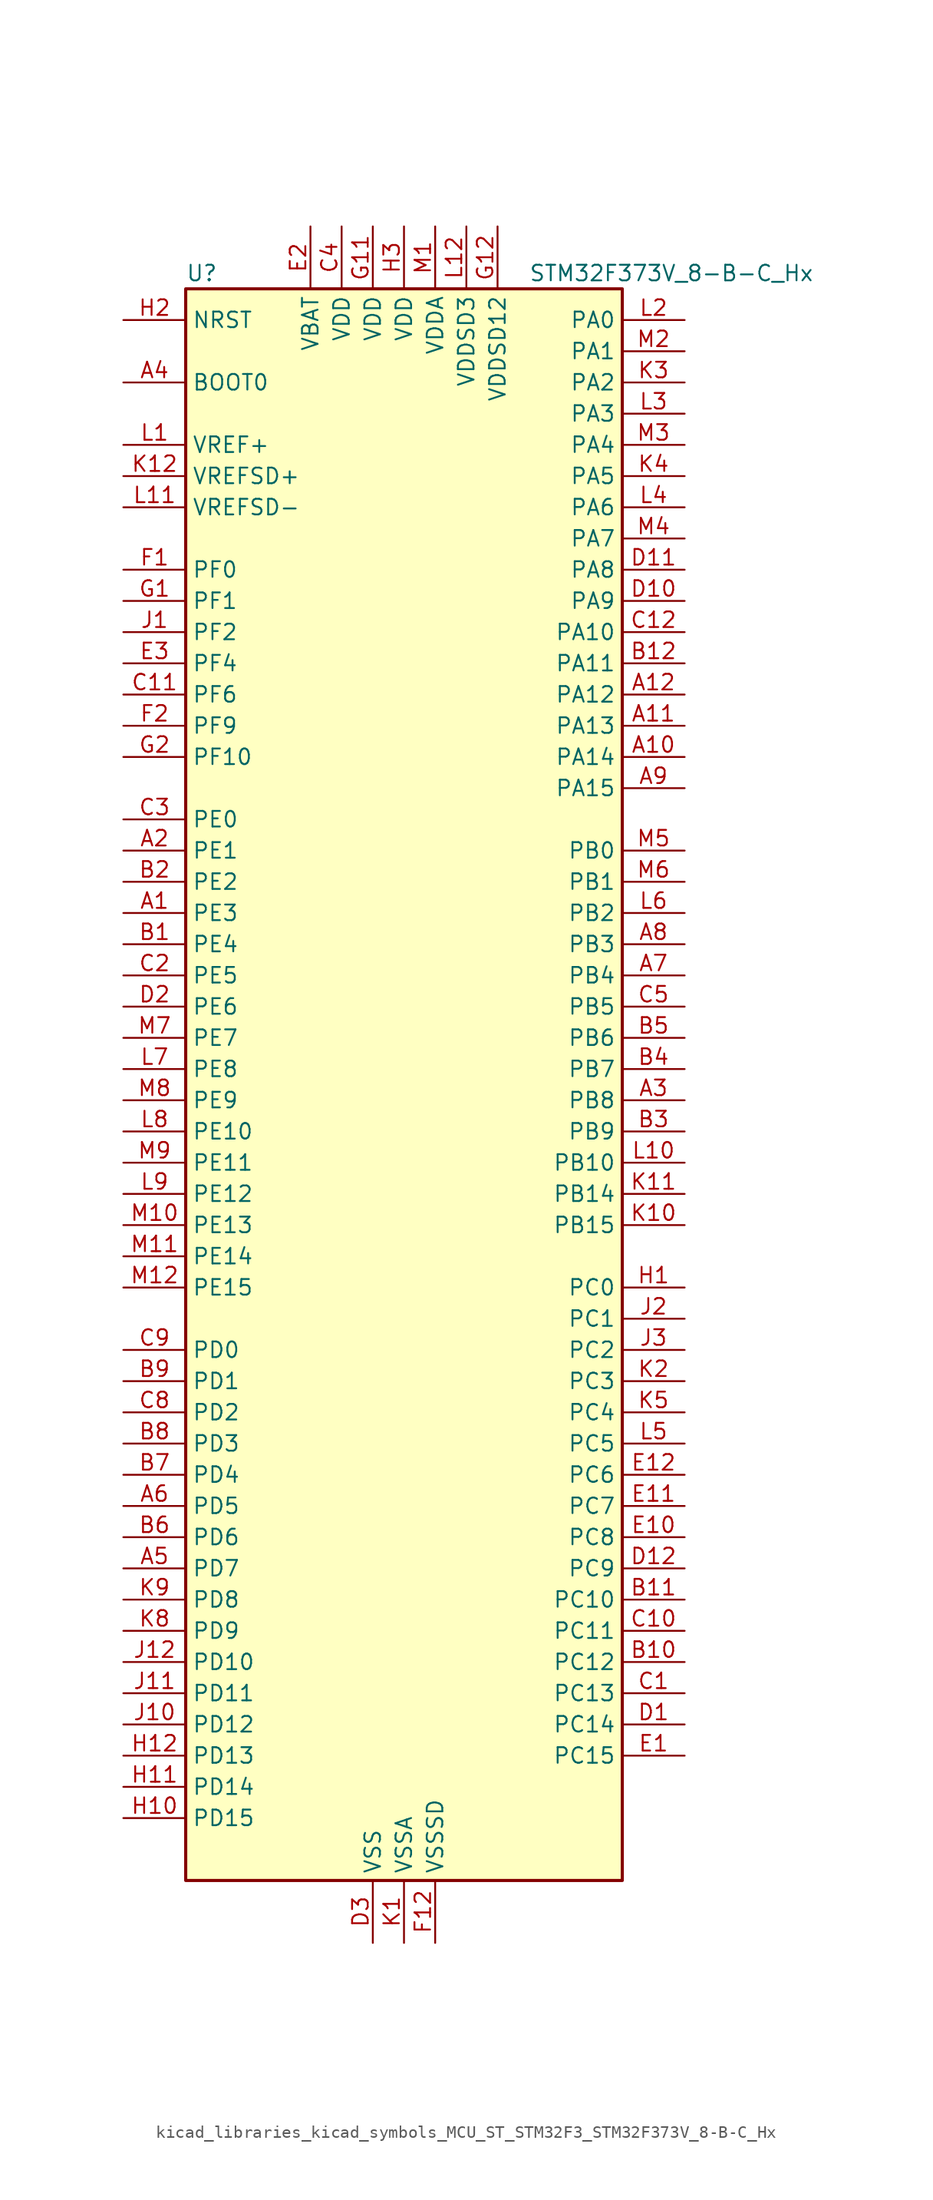
<source format=kicad_sym>
(kicad_symbol_lib
  (version 20220914)
  (generator kicad_symbol_editor)
  (symbol "kicad_libraries_kicad_symbols_MCU_ST_STM32F3_STM32F373V_8-B-C_Hx"
    (property "Reference" "U"
      (at -17.78 67.31 0)
      (effects (font (size 1.27 1.27)) (justify left)))
    (property "Value" "STM32F373V_8-B-C_Hx"
      (at 10.16 67.31 0)
      (effects (font (size 1.27 1.27)) (justify left)))
    (property "ki_locked" ""
      (at 0 0 0)
      (effects (font (size 1.27 1.27))))
    (symbol "kicad_libraries_kicad_symbols_MCU_ST_STM32F3_STM32F373V_8-B-C_Hx_0_1"
      (rectangle (start -17.78 -63.5) (end 17.78 66.04) (stroke (width 0.254) (type default)) (fill (type background))))
    (symbol "kicad_libraries_kicad_symbols_MCU_ST_STM32F3_STM32F373V_8-B-C_Hx_1_1"
      (pin bidirectional line (at -22.86 15.24 0) (length 5.08) (name "PE3" (effects (font (size 1.27 1.27)))) (number "A1" (effects (font (size 1.27 1.27)))) (alternate "SYS_TRACED0" bidirectional line) (alternate "TSC_G7_IO2" bidirectional line))
      (pin bidirectional line (at 22.86 27.94 180) (length 5.08) (name "PA14" (effects (font (size 1.27 1.27)))) (number "A10" (effects (font (size 1.27 1.27)))) (alternate "I2C1_SDA" bidirectional line) (alternate "SYS_JTCK-SWCLK" bidirectional line) (alternate "TIM12_CH1" bidirectional line) (alternate "TSC_G4_IO4" bidirectional line))
      (pin bidirectional line (at 22.86 30.48 180) (length 5.08) (name "PA13" (effects (font (size 1.27 1.27)))) (number "A11" (effects (font (size 1.27 1.27)))) (alternate "I2S1_MCK" bidirectional line) (alternate "IR_OUT" bidirectional line) (alternate "SPI1_MISO" bidirectional line) (alternate "SYS_JTMS-SWDIO" bidirectional line) (alternate "TIM16_CH1N" bidirectional line) (alternate "TIM4_CH3" bidirectional line) (alternate "TIM5_CH4" bidirectional line) (alternate "TSC_G4_IO3" bidirectional line) (alternate "USART3_CTS" bidirectional line))
      (pin bidirectional line (at 22.86 33.02 180) (length 5.08) (name "PA12" (effects (font (size 1.27 1.27)))) (number "A12" (effects (font (size 1.27 1.27)))) (alternate "CAN_TX" bidirectional line) (alternate "COMP2_OUT" bidirectional line) (alternate "I2S1_CK" bidirectional line) (alternate "SPI1_SCK" bidirectional line) (alternate "TIM16_CH1" bidirectional line) (alternate "TIM4_CH2" bidirectional line) (alternate "TIM5_CH3" bidirectional line) (alternate "USART1_DE" bidirectional line) (alternate "USART1_RTS" bidirectional line) (alternate "USB_DP" bidirectional line))
      (pin bidirectional line (at -22.86 20.32 0) (length 5.08) (name "PE1" (effects (font (size 1.27 1.27)))) (number "A2" (effects (font (size 1.27 1.27)))) (alternate "USART1_RX" bidirectional line))
      (pin bidirectional line (at 22.86 0 180) (length 5.08) (name "PB8" (effects (font (size 1.27 1.27)))) (number "A3" (effects (font (size 1.27 1.27)))) (alternate "CAN_RX" bidirectional line) (alternate "CEC" bidirectional line) (alternate "COMP1_OUT" bidirectional line) (alternate "I2C1_SCL" bidirectional line) (alternate "I2S2_CK" bidirectional line) (alternate "SPI2_SCK" bidirectional line) (alternate "TIM16_CH1" bidirectional line) (alternate "TIM19_CH3" bidirectional line) (alternate "TIM4_CH3" bidirectional line) (alternate "TSC_SYNC" bidirectional line) (alternate "USART3_TX" bidirectional line))
      (pin input line (at -22.86 58.42 0) (length 5.08) (name "BOOT0" (effects (font (size 1.27 1.27)))) (number "A4" (effects (font (size 1.27 1.27)))))
      (pin bidirectional line (at -22.86 -38.1 0) (length 5.08) (name "PD7" (effects (font (size 1.27 1.27)))) (number "A5" (effects (font (size 1.27 1.27)))) (alternate "I2S2_CK" bidirectional line) (alternate "SPI2_SCK" bidirectional line) (alternate "USART2_CK" bidirectional line))
      (pin bidirectional line (at -22.86 -33.02 0) (length 5.08) (name "PD5" (effects (font (size 1.27 1.27)))) (number "A6" (effects (font (size 1.27 1.27)))) (alternate "USART2_TX" bidirectional line))
      (pin bidirectional line (at 22.86 10.16 180) (length 5.08) (name "PB4" (effects (font (size 1.27 1.27)))) (number "A7" (effects (font (size 1.27 1.27)))) (alternate "I2S1_MCK" bidirectional line) (alternate "I2S3_MCK" bidirectional line) (alternate "SPI1_MISO" bidirectional line) (alternate "SPI3_MISO" bidirectional line) (alternate "SYS_NJTRST" bidirectional line) (alternate "TIM15_CH1N" bidirectional line) (alternate "TIM16_CH1" bidirectional line) (alternate "TIM17_BKIN" bidirectional line) (alternate "TIM3_CH1" bidirectional line) (alternate "TSC_G5_IO2" bidirectional line) (alternate "USART2_RX" bidirectional line))
      (pin bidirectional line (at 22.86 12.7 180) (length 5.08) (name "PB3" (effects (font (size 1.27 1.27)))) (number "A8" (effects (font (size 1.27 1.27)))) (alternate "I2S1_CK" bidirectional line) (alternate "I2S3_CK" bidirectional line) (alternate "SPI1_SCK" bidirectional line) (alternate "SPI3_SCK" bidirectional line) (alternate "SYS_JTDO-TRACESWO" bidirectional line) (alternate "TIM13_CH1" bidirectional line) (alternate "TIM2_CH2" bidirectional line) (alternate "TIM3_ETR" bidirectional line) (alternate "TIM4_ETR" bidirectional line) (alternate "TSC_G5_IO1" bidirectional line) (alternate "USART2_TX" bidirectional line))
      (pin bidirectional line (at 22.86 25.4 180) (length 5.08) (name "PA15" (effects (font (size 1.27 1.27)))) (number "A9" (effects (font (size 1.27 1.27)))) (alternate "ADC1_EXTI15" bidirectional line) (alternate "I2C1_SCL" bidirectional line) (alternate "I2S1_WS" bidirectional line) (alternate "I2S3_WS" bidirectional line) (alternate "SDADC1_EXTI15" bidirectional line) (alternate "SDADC2_EXTI15" bidirectional line) (alternate "SDADC3_EXTI15" bidirectional line) (alternate "SPI1_NSS" bidirectional line) (alternate "SPI3_NSS" bidirectional line) (alternate "SYS_JTDI" bidirectional line) (alternate "TIM12_CH2" bidirectional line) (alternate "TIM2_CH1" bidirectional line) (alternate "TIM2_ETR" bidirectional line) (alternate "TSC_SYNC" bidirectional line))
      (pin bidirectional line (at -22.86 12.7 0) (length 5.08) (name "PE4" (effects (font (size 1.27 1.27)))) (number "B1" (effects (font (size 1.27 1.27)))) (alternate "SYS_TRACED1" bidirectional line) (alternate "TSC_G7_IO3" bidirectional line))
      (pin bidirectional line (at 22.86 -45.72 180) (length 5.08) (name "PC12" (effects (font (size 1.27 1.27)))) (number "B10" (effects (font (size 1.27 1.27)))) (alternate "I2S3_SD" bidirectional line) (alternate "SPI3_MOSI" bidirectional line) (alternate "TIM19_CH3" bidirectional line) (alternate "USART3_CK" bidirectional line))
      (pin bidirectional line (at 22.86 -40.64 180) (length 5.08) (name "PC10" (effects (font (size 1.27 1.27)))) (number "B11" (effects (font (size 1.27 1.27)))) (alternate "I2S3_CK" bidirectional line) (alternate "SPI3_SCK" bidirectional line) (alternate "TIM19_CH1" bidirectional line) (alternate "USART3_TX" bidirectional line))
      (pin bidirectional line (at 22.86 35.56 180) (length 5.08) (name "PA11" (effects (font (size 1.27 1.27)))) (number "B12" (effects (font (size 1.27 1.27)))) (alternate "ADC1_EXTI11" bidirectional line) (alternate "CAN_RX" bidirectional line) (alternate "COMP1_OUT" bidirectional line) (alternate "I2S1_WS" bidirectional line) (alternate "I2S2_WS" bidirectional line) (alternate "SDADC1_EXTI11" bidirectional line) (alternate "SDADC2_EXTI11" bidirectional line) (alternate "SDADC3_EXTI11" bidirectional line) (alternate "SPI1_NSS" bidirectional line) (alternate "SPI2_NSS" bidirectional line) (alternate "TIM4_CH1" bidirectional line) (alternate "TIM5_CH2" bidirectional line) (alternate "USART1_CTS" bidirectional line) (alternate "USB_DM" bidirectional line))
      (pin bidirectional line (at -22.86 17.78 0) (length 5.08) (name "PE2" (effects (font (size 1.27 1.27)))) (number "B2" (effects (font (size 1.27 1.27)))) (alternate "SYS_TRACECK" bidirectional line) (alternate "TSC_G7_IO1" bidirectional line))
      (pin bidirectional line (at 22.86 -2.54 180) (length 5.08) (name "PB9" (effects (font (size 1.27 1.27)))) (number "B3" (effects (font (size 1.27 1.27)))) (alternate "CAN_TX" bidirectional line) (alternate "COMP2_OUT" bidirectional line) (alternate "DAC1_EXTI9" bidirectional line) (alternate "DAC2_EXTI9" bidirectional line) (alternate "I2C1_SDA" bidirectional line) (alternate "I2S2_WS" bidirectional line) (alternate "IR_OUT" bidirectional line) (alternate "SPI2_NSS" bidirectional line) (alternate "TIM17_CH1" bidirectional line) (alternate "TIM19_CH4" bidirectional line) (alternate "TIM4_CH4" bidirectional line) (alternate "USART3_RX" bidirectional line))
      (pin bidirectional line (at 22.86 2.54 180) (length 5.08) (name "PB7" (effects (font (size 1.27 1.27)))) (number "B4" (effects (font (size 1.27 1.27)))) (alternate "I2C1_SDA" bidirectional line) (alternate "TIM15_CH2" bidirectional line) (alternate "TIM17_CH1N" bidirectional line) (alternate "TIM19_CH2" bidirectional line) (alternate "TIM3_CH4" bidirectional line) (alternate "TIM4_CH2" bidirectional line) (alternate "TSC_G5_IO4" bidirectional line) (alternate "USART1_RX" bidirectional line))
      (pin bidirectional line (at 22.86 5.08 180) (length 5.08) (name "PB6" (effects (font (size 1.27 1.27)))) (number "B5" (effects (font (size 1.27 1.27)))) (alternate "I2C1_SCL" bidirectional line) (alternate "TIM15_CH1" bidirectional line) (alternate "TIM16_CH1N" bidirectional line) (alternate "TIM19_CH1" bidirectional line) (alternate "TIM3_CH3" bidirectional line) (alternate "TIM4_CH1" bidirectional line) (alternate "TSC_G5_IO3" bidirectional line) (alternate "USART1_TX" bidirectional line))
      (pin bidirectional line (at -22.86 -35.56 0) (length 5.08) (name "PD6" (effects (font (size 1.27 1.27)))) (number "B6" (effects (font (size 1.27 1.27)))) (alternate "I2S2_WS" bidirectional line) (alternate "SPI2_NSS" bidirectional line) (alternate "USART2_RX" bidirectional line))
      (pin bidirectional line (at -22.86 -30.48 0) (length 5.08) (name "PD4" (effects (font (size 1.27 1.27)))) (number "B7" (effects (font (size 1.27 1.27)))) (alternate "I2S2_SD" bidirectional line) (alternate "SPI2_MOSI" bidirectional line) (alternate "USART2_DE" bidirectional line) (alternate "USART2_RTS" bidirectional line))
      (pin bidirectional line (at -22.86 -27.94 0) (length 5.08) (name "PD3" (effects (font (size 1.27 1.27)))) (number "B8" (effects (font (size 1.27 1.27)))) (alternate "I2S2_MCK" bidirectional line) (alternate "SPI2_MISO" bidirectional line) (alternate "USART2_CTS" bidirectional line))
      (pin bidirectional line (at -22.86 -22.86 0) (length 5.08) (name "PD1" (effects (font (size 1.27 1.27)))) (number "B9" (effects (font (size 1.27 1.27)))) (alternate "CAN_TX" bidirectional line) (alternate "TIM19_ETR" bidirectional line))
      (pin bidirectional line (at 22.86 -48.26 180) (length 5.08) (name "PC13" (effects (font (size 1.27 1.27)))) (number "C1" (effects (font (size 1.27 1.27)))) (alternate "RTC_OUT_ALARM" bidirectional line) (alternate "RTC_OUT_CALIB" bidirectional line) (alternate "RTC_TAMP1" bidirectional line) (alternate "RTC_TS" bidirectional line) (alternate "SYS_WKUP2" bidirectional line))
      (pin bidirectional line (at 22.86 -43.18 180) (length 5.08) (name "PC11" (effects (font (size 1.27 1.27)))) (number "C10" (effects (font (size 1.27 1.27)))) (alternate "ADC1_EXTI11" bidirectional line) (alternate "I2S3_MCK" bidirectional line) (alternate "SDADC1_EXTI11" bidirectional line) (alternate "SDADC2_EXTI11" bidirectional line) (alternate "SDADC3_EXTI11" bidirectional line) (alternate "SPI3_MISO" bidirectional line) (alternate "TIM19_CH2" bidirectional line) (alternate "USART3_RX" bidirectional line))
      (pin bidirectional line (at -22.86 33.02 0) (length 5.08) (name "PF6" (effects (font (size 1.27 1.27)))) (number "C11" (effects (font (size 1.27 1.27)))) (alternate "I2C2_SCL" bidirectional line) (alternate "I2S1_SD" bidirectional line) (alternate "SPI1_MOSI" bidirectional line) (alternate "TIM4_CH4" bidirectional line) (alternate "USART3_DE" bidirectional line) (alternate "USART3_RTS" bidirectional line))
      (pin bidirectional line (at 22.86 38.1 180) (length 5.08) (name "PA10" (effects (font (size 1.27 1.27)))) (number "C12" (effects (font (size 1.27 1.27)))) (alternate "I2C2_SDA" bidirectional line) (alternate "I2S2_SD" bidirectional line) (alternate "SPI2_MOSI" bidirectional line) (alternate "TIM14_CH1" bidirectional line) (alternate "TIM17_BKIN" bidirectional line) (alternate "TIM2_CH4" bidirectional line) (alternate "TSC_G4_IO2" bidirectional line) (alternate "USART1_RX" bidirectional line))
      (pin bidirectional line (at -22.86 10.16 0) (length 5.08) (name "PE5" (effects (font (size 1.27 1.27)))) (number "C2" (effects (font (size 1.27 1.27)))) (alternate "SYS_TRACED2" bidirectional line) (alternate "TSC_G7_IO4" bidirectional line))
      (pin bidirectional line (at -22.86 22.86 0) (length 5.08) (name "PE0" (effects (font (size 1.27 1.27)))) (number "C3" (effects (font (size 1.27 1.27)))) (alternate "TIM4_ETR" bidirectional line) (alternate "USART1_TX" bidirectional line))
      (pin power_in line (at -5.08 71.12 270) (length 5.08) (name "VDD" (effects (font (size 1.27 1.27)))) (number "C4" (effects (font (size 1.27 1.27)))))
      (pin bidirectional line (at 22.86 7.62 180) (length 5.08) (name "PB5" (effects (font (size 1.27 1.27)))) (number "C5" (effects (font (size 1.27 1.27)))) (alternate "I2C1_SMBA" bidirectional line) (alternate "I2S1_SD" bidirectional line) (alternate "I2S3_SD" bidirectional line) (alternate "SPI1_MOSI" bidirectional line) (alternate "SPI3_MOSI" bidirectional line) (alternate "TIM16_BKIN" bidirectional line) (alternate "TIM17_CH1" bidirectional line) (alternate "TIM19_ETR" bidirectional line) (alternate "TIM3_CH2" bidirectional line) (alternate "USART2_CK" bidirectional line))
      (pin bidirectional line (at -22.86 -25.4 0) (length 5.08) (name "PD2" (effects (font (size 1.27 1.27)))) (number "C8" (effects (font (size 1.27 1.27)))) (alternate "TIM3_ETR" bidirectional line))
      (pin bidirectional line (at -22.86 -20.32 0) (length 5.08) (name "PD0" (effects (font (size 1.27 1.27)))) (number "C9" (effects (font (size 1.27 1.27)))) (alternate "CAN_RX" bidirectional line) (alternate "TIM19_CH4" bidirectional line))
      (pin bidirectional line (at 22.86 -50.8 180) (length 5.08) (name "PC14" (effects (font (size 1.27 1.27)))) (number "D1" (effects (font (size 1.27 1.27)))) (alternate "RCC_OSC32_IN" bidirectional line))
      (pin bidirectional line (at 22.86 40.64 180) (length 5.08) (name "PA9" (effects (font (size 1.27 1.27)))) (number "D10" (effects (font (size 1.27 1.27)))) (alternate "DAC1_EXTI9" bidirectional line) (alternate "DAC2_EXTI9" bidirectional line) (alternate "I2C2_SCL" bidirectional line) (alternate "I2S2_MCK" bidirectional line) (alternate "SPI2_MISO" bidirectional line) (alternate "TIM13_CH1" bidirectional line) (alternate "TIM15_BKIN" bidirectional line) (alternate "TIM2_CH3" bidirectional line) (alternate "TSC_G4_IO1" bidirectional line) (alternate "USART1_TX" bidirectional line))
      (pin bidirectional line (at 22.86 43.18 180) (length 5.08) (name "PA8" (effects (font (size 1.27 1.27)))) (number "D11" (effects (font (size 1.27 1.27)))) (alternate "I2C2_SMBA" bidirectional line) (alternate "I2S2_CK" bidirectional line) (alternate "RCC_MCO" bidirectional line) (alternate "SPI2_SCK" bidirectional line) (alternate "TIM4_ETR" bidirectional line) (alternate "TIM5_CH1" bidirectional line) (alternate "TIM5_ETR" bidirectional line) (alternate "USART1_CK" bidirectional line))
      (pin bidirectional line (at 22.86 -38.1 180) (length 5.08) (name "PC9" (effects (font (size 1.27 1.27)))) (number "D12" (effects (font (size 1.27 1.27)))) (alternate "DAC1_EXTI9" bidirectional line) (alternate "DAC2_EXTI9" bidirectional line) (alternate "I2S1_SD" bidirectional line) (alternate "SPI1_MOSI" bidirectional line) (alternate "TIM3_CH4" bidirectional line))
      (pin bidirectional line (at -22.86 7.62 0) (length 5.08) (name "PE6" (effects (font (size 1.27 1.27)))) (number "D2" (effects (font (size 1.27 1.27)))) (alternate "RTC_TAMP3" bidirectional line) (alternate "SYS_TRACED3" bidirectional line) (alternate "SYS_WKUP3" bidirectional line))
      (pin power_in line (at -2.54 -68.58 90) (length 5.08) (name "VSS" (effects (font (size 1.27 1.27)))) (number "D3" (effects (font (size 1.27 1.27)))))
      (pin bidirectional line (at 22.86 -53.34 180) (length 5.08) (name "PC15" (effects (font (size 1.27 1.27)))) (number "E1" (effects (font (size 1.27 1.27)))) (alternate "ADC1_EXTI15" bidirectional line) (alternate "RCC_OSC32_OUT" bidirectional line) (alternate "SDADC1_EXTI15" bidirectional line) (alternate "SDADC2_EXTI15" bidirectional line) (alternate "SDADC3_EXTI15" bidirectional line))
      (pin bidirectional line (at 22.86 -35.56 180) (length 5.08) (name "PC8" (effects (font (size 1.27 1.27)))) (number "E10" (effects (font (size 1.27 1.27)))) (alternate "I2S1_MCK" bidirectional line) (alternate "SPI1_MISO" bidirectional line) (alternate "TIM3_CH3" bidirectional line))
      (pin bidirectional line (at 22.86 -33.02 180) (length 5.08) (name "PC7" (effects (font (size 1.27 1.27)))) (number "E11" (effects (font (size 1.27 1.27)))) (alternate "I2S1_CK" bidirectional line) (alternate "SPI1_SCK" bidirectional line) (alternate "TIM3_CH2" bidirectional line))
      (pin bidirectional line (at 22.86 -30.48 180) (length 5.08) (name "PC6" (effects (font (size 1.27 1.27)))) (number "E12" (effects (font (size 1.27 1.27)))) (alternate "I2S1_WS" bidirectional line) (alternate "SPI1_NSS" bidirectional line) (alternate "TIM3_CH1" bidirectional line))
      (pin power_in line (at -7.62 71.12 270) (length 5.08) (name "VBAT" (effects (font (size 1.27 1.27)))) (number "E2" (effects (font (size 1.27 1.27)))))
      (pin bidirectional line (at -22.86 35.56 0) (length 5.08) (name "PF4" (effects (font (size 1.27 1.27)))) (number "E3" (effects (font (size 1.27 1.27)))))
      (pin bidirectional line (at -22.86 43.18 0) (length 5.08) (name "PF0" (effects (font (size 1.27 1.27)))) (number "F1" (effects (font (size 1.27 1.27)))) (alternate "I2C2_SDA" bidirectional line) (alternate "RCC_OSC_IN" bidirectional line))
      (pin passive line (at -2.54 -68.58 90) (length 5.08) hide (name "VSS" (effects (font (size 1.27 1.27)))) (number "F11" (effects (font (size 1.27 1.27)))))
      (pin power_in line (at 2.54 -68.58 90) (length 5.08) (name "VSSSD" (effects (font (size 1.27 1.27)))) (number "F12" (effects (font (size 1.27 1.27)))))
      (pin bidirectional line (at -22.86 30.48 0) (length 5.08) (name "PF9" (effects (font (size 1.27 1.27)))) (number "F2" (effects (font (size 1.27 1.27)))) (alternate "DAC1_EXTI9" bidirectional line) (alternate "DAC2_EXTI9" bidirectional line) (alternate "TIM14_CH1" bidirectional line))
      (pin bidirectional line (at -22.86 40.64 0) (length 5.08) (name "PF1" (effects (font (size 1.27 1.27)))) (number "G1" (effects (font (size 1.27 1.27)))) (alternate "I2C2_SCL" bidirectional line) (alternate "RCC_OSC_OUT" bidirectional line))
      (pin power_in line (at -2.54 71.12 270) (length 5.08) (name "VDD" (effects (font (size 1.27 1.27)))) (number "G11" (effects (font (size 1.27 1.27)))))
      (pin power_in line (at 7.62 71.12 270) (length 5.08) (name "VDDSD12" (effects (font (size 1.27 1.27)))) (number "G12" (effects (font (size 1.27 1.27)))))
      (pin bidirectional line (at -22.86 27.94 0) (length 5.08) (name "PF10" (effects (font (size 1.27 1.27)))) (number "G2" (effects (font (size 1.27 1.27)))))
      (pin bidirectional line (at 22.86 -15.24 180) (length 5.08) (name "PC0" (effects (font (size 1.27 1.27)))) (number "H1" (effects (font (size 1.27 1.27)))) (alternate "ADC1_IN10" bidirectional line) (alternate "TIM5_CH1" bidirectional line) (alternate "TIM5_ETR" bidirectional line))
      (pin bidirectional line (at -22.86 -58.42 0) (length 5.08) (name "PD15" (effects (font (size 1.27 1.27)))) (number "H10" (effects (font (size 1.27 1.27)))) (alternate "ADC1_EXTI15" bidirectional line) (alternate "SDADC1_EXTI15" bidirectional line) (alternate "SDADC2_EXTI15" bidirectional line) (alternate "SDADC3_AIN0M" bidirectional line) (alternate "SDADC3_EXTI15" bidirectional line) (alternate "TIM4_CH4" bidirectional line) (alternate "TSC_G8_IO4" bidirectional line))
      (pin bidirectional line (at -22.86 -55.88 0) (length 5.08) (name "PD14" (effects (font (size 1.27 1.27)))) (number "H11" (effects (font (size 1.27 1.27)))) (alternate "SDADC3_AIN0P" bidirectional line) (alternate "TIM4_CH3" bidirectional line) (alternate "TSC_G8_IO3" bidirectional line))
      (pin bidirectional line (at -22.86 -53.34 0) (length 5.08) (name "PD13" (effects (font (size 1.27 1.27)))) (number "H12" (effects (font (size 1.27 1.27)))) (alternate "SDADC3_AIN1P" bidirectional line) (alternate "SDADC3_AIN2M" bidirectional line) (alternate "TIM4_CH2" bidirectional line) (alternate "TSC_G8_IO2" bidirectional line))
      (pin input line (at -22.86 63.5 0) (length 5.08) (name "NRST" (effects (font (size 1.27 1.27)))) (number "H2" (effects (font (size 1.27 1.27)))))
      (pin power_in line (at 0 71.12 270) (length 5.08) (name "VDD" (effects (font (size 1.27 1.27)))) (number "H3" (effects (font (size 1.27 1.27)))))
      (pin bidirectional line (at -22.86 38.1 0) (length 5.08) (name "PF2" (effects (font (size 1.27 1.27)))) (number "J1" (effects (font (size 1.27 1.27)))) (alternate "I2C2_SMBA" bidirectional line))
      (pin bidirectional line (at -22.86 -50.8 0) (length 5.08) (name "PD12" (effects (font (size 1.27 1.27)))) (number "J10" (effects (font (size 1.27 1.27)))) (alternate "SDADC3_AIN2P" bidirectional line) (alternate "TIM4_CH1" bidirectional line) (alternate "TSC_G8_IO1" bidirectional line) (alternate "USART3_DE" bidirectional line) (alternate "USART3_RTS" bidirectional line))
      (pin bidirectional line (at -22.86 -48.26 0) (length 5.08) (name "PD11" (effects (font (size 1.27 1.27)))) (number "J11" (effects (font (size 1.27 1.27)))) (alternate "ADC1_EXTI11" bidirectional line) (alternate "SDADC1_EXTI11" bidirectional line) (alternate "SDADC2_EXTI11" bidirectional line) (alternate "SDADC3_AIN3P" bidirectional line) (alternate "SDADC3_AIN4M" bidirectional line) (alternate "SDADC3_EXTI11" bidirectional line) (alternate "USART3_CTS" bidirectional line))
      (pin bidirectional line (at -22.86 -45.72 0) (length 5.08) (name "PD10" (effects (font (size 1.27 1.27)))) (number "J12" (effects (font (size 1.27 1.27)))) (alternate "SDADC3_AIN4P" bidirectional line) (alternate "USART3_CK" bidirectional line))
      (pin bidirectional line (at 22.86 -17.78 180) (length 5.08) (name "PC1" (effects (font (size 1.27 1.27)))) (number "J2" (effects (font (size 1.27 1.27)))) (alternate "ADC1_IN11" bidirectional line) (alternate "TIM5_CH2" bidirectional line))
      (pin bidirectional line (at 22.86 -20.32 180) (length 5.08) (name "PC2" (effects (font (size 1.27 1.27)))) (number "J3" (effects (font (size 1.27 1.27)))) (alternate "ADC1_IN12" bidirectional line) (alternate "I2S2_MCK" bidirectional line) (alternate "SPI2_MISO" bidirectional line) (alternate "TIM5_CH3" bidirectional line))
      (pin power_in line (at 0 -68.58 90) (length 5.08) (name "VSSA" (effects (font (size 1.27 1.27)))) (number "K1" (effects (font (size 1.27 1.27)))))
      (pin bidirectional line (at 22.86 -10.16 180) (length 5.08) (name "PB15" (effects (font (size 1.27 1.27)))) (number "K10" (effects (font (size 1.27 1.27)))) (alternate "ADC1_EXTI15" bidirectional line) (alternate "I2S2_SD" bidirectional line) (alternate "RTC_REFIN" bidirectional line) (alternate "SDADC1_EXTI15" bidirectional line) (alternate "SDADC2_EXTI15" bidirectional line) (alternate "SDADC3_AIN7P" bidirectional line) (alternate "SDADC3_AIN8M" bidirectional line) (alternate "SDADC3_EXTI15" bidirectional line) (alternate "SPI2_MOSI" bidirectional line) (alternate "TIM12_CH2" bidirectional line) (alternate "TIM15_CH1N" bidirectional line) (alternate "TIM15_CH2" bidirectional line) (alternate "TSC_G6_IO2" bidirectional line))
      (pin bidirectional line (at 22.86 -7.62 180) (length 5.08) (name "PB14" (effects (font (size 1.27 1.27)))) (number "K11" (effects (font (size 1.27 1.27)))) (alternate "I2S2_MCK" bidirectional line) (alternate "SDADC3_AIN8P" bidirectional line) (alternate "SPI2_MISO" bidirectional line) (alternate "TIM12_CH1" bidirectional line) (alternate "TIM15_CH1" bidirectional line) (alternate "TSC_G6_IO1" bidirectional line) (alternate "USART3_DE" bidirectional line) (alternate "USART3_RTS" bidirectional line))
      (pin input line (at -22.86 50.8 0) (length 5.08) (name "VREFSD+" (effects (font (size 1.27 1.27)))) (number "K12" (effects (font (size 1.27 1.27)))))
      (pin bidirectional line (at 22.86 -22.86 180) (length 5.08) (name "PC3" (effects (font (size 1.27 1.27)))) (number "K2" (effects (font (size 1.27 1.27)))) (alternate "ADC1_IN13" bidirectional line) (alternate "I2S2_SD" bidirectional line) (alternate "SPI2_MOSI" bidirectional line) (alternate "TIM5_CH4" bidirectional line))
      (pin bidirectional line (at 22.86 58.42 180) (length 5.08) (name "PA2" (effects (font (size 1.27 1.27)))) (number "K3" (effects (font (size 1.27 1.27)))) (alternate "ADC1_IN2" bidirectional line) (alternate "COMP2_INM" bidirectional line) (alternate "COMP2_OUT" bidirectional line) (alternate "I2S3_MCK" bidirectional line) (alternate "SPI3_MISO" bidirectional line) (alternate "TIM15_CH1" bidirectional line) (alternate "TIM19_CH3" bidirectional line) (alternate "TIM2_CH3" bidirectional line) (alternate "TIM5_CH3" bidirectional line) (alternate "TSC_G1_IO3" bidirectional line) (alternate "USART2_TX" bidirectional line))
      (pin bidirectional line (at 22.86 50.8 180) (length 5.08) (name "PA5" (effects (font (size 1.27 1.27)))) (number "K4" (effects (font (size 1.27 1.27)))) (alternate "ADC1_IN5" bidirectional line) (alternate "CEC" bidirectional line) (alternate "DAC1_OUT2" bidirectional line) (alternate "I2S1_CK" bidirectional line) (alternate "SPI1_SCK" bidirectional line) (alternate "TIM12_CH2" bidirectional line) (alternate "TIM14_CH1" bidirectional line) (alternate "TIM2_CH1" bidirectional line) (alternate "TIM2_ETR" bidirectional line) (alternate "TSC_G2_IO2" bidirectional line))
      (pin bidirectional line (at 22.86 -25.4 180) (length 5.08) (name "PC4" (effects (font (size 1.27 1.27)))) (number "K5" (effects (font (size 1.27 1.27)))) (alternate "ADC1_IN14" bidirectional line) (alternate "TIM13_CH1" bidirectional line) (alternate "TSC_G3_IO1" bidirectional line) (alternate "USART1_TX" bidirectional line))
      (pin bidirectional line (at -22.86 -43.18 0) (length 5.08) (name "PD9" (effects (font (size 1.27 1.27)))) (number "K8" (effects (font (size 1.27 1.27)))) (alternate "DAC1_EXTI9" bidirectional line) (alternate "DAC2_EXTI9" bidirectional line) (alternate "SDADC3_AIN5P" bidirectional line) (alternate "SDADC3_AIN6M" bidirectional line) (alternate "TSC_G6_IO4" bidirectional line) (alternate "USART3_RX" bidirectional line))
      (pin bidirectional line (at -22.86 -40.64 0) (length 5.08) (name "PD8" (effects (font (size 1.27 1.27)))) (number "K9" (effects (font (size 1.27 1.27)))) (alternate "I2S2_CK" bidirectional line) (alternate "SDADC3_AIN6P" bidirectional line) (alternate "SPI2_SCK" bidirectional line) (alternate "TSC_G6_IO3" bidirectional line) (alternate "USART3_TX" bidirectional line))
      (pin input line (at -22.86 53.34 0) (length 5.08) (name "VREF+" (effects (font (size 1.27 1.27)))) (number "L1" (effects (font (size 1.27 1.27)))))
      (pin bidirectional line (at 22.86 -5.08 180) (length 5.08) (name "PB10" (effects (font (size 1.27 1.27)))) (number "L10" (effects (font (size 1.27 1.27)))) (alternate "CEC" bidirectional line) (alternate "I2S2_CK" bidirectional line) (alternate "SDADC2_AIN0M" bidirectional line) (alternate "SPI2_SCK" bidirectional line) (alternate "TIM2_CH3" bidirectional line) (alternate "TSC_SYNC" bidirectional line) (alternate "USART3_TX" bidirectional line))
      (pin input line (at -22.86 48.26 0) (length 5.08) (name "VREFSD-" (effects (font (size 1.27 1.27)))) (number "L11" (effects (font (size 1.27 1.27)))))
      (pin power_in line (at 5.08 71.12 270) (length 5.08) (name "VDDSD3" (effects (font (size 1.27 1.27)))) (number "L12" (effects (font (size 1.27 1.27)))))
      (pin bidirectional line (at 22.86 63.5 180) (length 5.08) (name "PA0" (effects (font (size 1.27 1.27)))) (number "L2" (effects (font (size 1.27 1.27)))) (alternate "ADC1_IN0" bidirectional line) (alternate "COMP1_INM" bidirectional line) (alternate "COMP1_OUT" bidirectional line) (alternate "RTC_TAMP2" bidirectional line) (alternate "SYS_WKUP1" bidirectional line) (alternate "TIM19_CH1" bidirectional line) (alternate "TIM2_CH1" bidirectional line) (alternate "TIM2_ETR" bidirectional line) (alternate "TIM5_CH1" bidirectional line) (alternate "TIM5_ETR" bidirectional line) (alternate "TSC_G1_IO1" bidirectional line) (alternate "USART2_CTS" bidirectional line))
      (pin bidirectional line (at 22.86 55.88 180) (length 5.08) (name "PA3" (effects (font (size 1.27 1.27)))) (number "L3" (effects (font (size 1.27 1.27)))) (alternate "ADC1_IN3" bidirectional line) (alternate "COMP2_INP" bidirectional line) (alternate "I2S3_SD" bidirectional line) (alternate "SPI3_MOSI" bidirectional line) (alternate "TIM15_CH2" bidirectional line) (alternate "TIM19_CH4" bidirectional line) (alternate "TIM2_CH4" bidirectional line) (alternate "TIM5_CH4" bidirectional line) (alternate "TSC_G1_IO4" bidirectional line) (alternate "USART2_RX" bidirectional line))
      (pin bidirectional line (at 22.86 48.26 180) (length 5.08) (name "PA6" (effects (font (size 1.27 1.27)))) (number "L4" (effects (font (size 1.27 1.27)))) (alternate "ADC1_IN6" bidirectional line) (alternate "COMP1_OUT" bidirectional line) (alternate "DAC2_OUT1" bidirectional line) (alternate "I2S1_MCK" bidirectional line) (alternate "SPI1_MISO" bidirectional line) (alternate "TIM13_CH1" bidirectional line) (alternate "TIM16_CH1" bidirectional line) (alternate "TIM3_CH1" bidirectional line) (alternate "TSC_G2_IO3" bidirectional line))
      (pin bidirectional line (at 22.86 -27.94 180) (length 5.08) (name "PC5" (effects (font (size 1.27 1.27)))) (number "L5" (effects (font (size 1.27 1.27)))) (alternate "ADC1_IN15" bidirectional line) (alternate "TSC_G3_IO2" bidirectional line) (alternate "USART1_RX" bidirectional line))
      (pin bidirectional line (at 22.86 15.24 180) (length 5.08) (name "PB2" (effects (font (size 1.27 1.27)))) (number "L6" (effects (font (size 1.27 1.27)))) (alternate "SDADC1_AIN4P" bidirectional line) (alternate "SDADC2_AIN6P" bidirectional line))
      (pin bidirectional line (at -22.86 2.54 0) (length 5.08) (name "PE8" (effects (font (size 1.27 1.27)))) (number "L7" (effects (font (size 1.27 1.27)))) (alternate "SDADC1_AIN8P" bidirectional line) (alternate "SDADC2_AIN8P" bidirectional line))
      (pin bidirectional line (at -22.86 -2.54 0) (length 5.08) (name "PE10" (effects (font (size 1.27 1.27)))) (number "L8" (effects (font (size 1.27 1.27)))) (alternate "SDADC1_AIN2P" bidirectional line))
      (pin bidirectional line (at -22.86 -7.62 0) (length 5.08) (name "PE12" (effects (font (size 1.27 1.27)))) (number "L9" (effects (font (size 1.27 1.27)))) (alternate "SDADC1_AIN0P" bidirectional line) (alternate "SDADC2_AIN3P" bidirectional line) (alternate "SDADC2_AIN4M" bidirectional line))
      (pin power_in line (at 2.54 71.12 270) (length 5.08) (name "VDDA" (effects (font (size 1.27 1.27)))) (number "M1" (effects (font (size 1.27 1.27)))))
      (pin bidirectional line (at -22.86 -10.16 0) (length 5.08) (name "PE13" (effects (font (size 1.27 1.27)))) (number "M10" (effects (font (size 1.27 1.27)))) (alternate "SDADC1_AIN0M" bidirectional line) (alternate "SDADC2_AIN2P" bidirectional line))
      (pin bidirectional line (at -22.86 -12.7 0) (length 5.08) (name "PE14" (effects (font (size 1.27 1.27)))) (number "M11" (effects (font (size 1.27 1.27)))) (alternate "SDADC2_AIN1P" bidirectional line) (alternate "SDADC2_AIN2M" bidirectional line))
      (pin bidirectional line (at -22.86 -15.24 0) (length 5.08) (name "PE15" (effects (font (size 1.27 1.27)))) (number "M12" (effects (font (size 1.27 1.27)))) (alternate "ADC1_EXTI15" bidirectional line) (alternate "SDADC1_EXTI15" bidirectional line) (alternate "SDADC2_AIN0P" bidirectional line) (alternate "SDADC2_EXTI15" bidirectional line) (alternate "SDADC3_EXTI15" bidirectional line) (alternate "USART3_RX" bidirectional line))
      (pin bidirectional line (at 22.86 60.96 180) (length 5.08) (name "PA1" (effects (font (size 1.27 1.27)))) (number "M2" (effects (font (size 1.27 1.27)))) (alternate "ADC1_IN1" bidirectional line) (alternate "COMP1_INP" bidirectional line) (alternate "I2S3_CK" bidirectional line) (alternate "RTC_REFIN" bidirectional line) (alternate "SPI3_SCK" bidirectional line) (alternate "TIM15_CH1N" bidirectional line) (alternate "TIM19_CH2" bidirectional line) (alternate "TIM2_CH2" bidirectional line) (alternate "TIM5_CH2" bidirectional line) (alternate "TSC_G1_IO2" bidirectional line) (alternate "USART2_DE" bidirectional line) (alternate "USART2_RTS" bidirectional line))
      (pin bidirectional line (at 22.86 53.34 180) (length 5.08) (name "PA4" (effects (font (size 1.27 1.27)))) (number "M3" (effects (font (size 1.27 1.27)))) (alternate "ADC1_IN4" bidirectional line) (alternate "DAC1_OUT1" bidirectional line) (alternate "I2S1_WS" bidirectional line) (alternate "I2S3_WS" bidirectional line) (alternate "SPI1_NSS" bidirectional line) (alternate "SPI3_NSS" bidirectional line) (alternate "TIM12_CH1" bidirectional line) (alternate "TIM3_CH2" bidirectional line) (alternate "TSC_G2_IO1" bidirectional line) (alternate "USART2_CK" bidirectional line))
      (pin bidirectional line (at 22.86 45.72 180) (length 5.08) (name "PA7" (effects (font (size 1.27 1.27)))) (number "M4" (effects (font (size 1.27 1.27)))) (alternate "ADC1_IN7" bidirectional line) (alternate "COMP2_OUT" bidirectional line) (alternate "I2S1_SD" bidirectional line) (alternate "SPI1_MOSI" bidirectional line) (alternate "TIM14_CH1" bidirectional line) (alternate "TIM17_CH1" bidirectional line) (alternate "TIM3_CH2" bidirectional line) (alternate "TSC_G2_IO4" bidirectional line))
      (pin bidirectional line (at 22.86 20.32 180) (length 5.08) (name "PB0" (effects (font (size 1.27 1.27)))) (number "M5" (effects (font (size 1.27 1.27)))) (alternate "ADC1_IN8" bidirectional line) (alternate "I2S1_SD" bidirectional line) (alternate "SDADC1_AIN6P" bidirectional line) (alternate "SPI1_MOSI" bidirectional line) (alternate "TIM3_CH2" bidirectional line) (alternate "TIM3_CH3" bidirectional line) (alternate "TSC_G3_IO3" bidirectional line))
      (pin bidirectional line (at 22.86 17.78 180) (length 5.08) (name "PB1" (effects (font (size 1.27 1.27)))) (number "M6" (effects (font (size 1.27 1.27)))) (alternate "ADC1_IN9" bidirectional line) (alternate "SDADC1_AIN5P" bidirectional line) (alternate "SDADC1_AIN6M" bidirectional line) (alternate "TIM3_CH4" bidirectional line) (alternate "TSC_G3_IO4" bidirectional line))
      (pin bidirectional line (at -22.86 5.08 0) (length 5.08) (name "PE7" (effects (font (size 1.27 1.27)))) (number "M7" (effects (font (size 1.27 1.27)))) (alternate "SDADC1_AIN3P" bidirectional line) (alternate "SDADC1_AIN4M" bidirectional line) (alternate "SDADC2_AIN5P" bidirectional line) (alternate "SDADC2_AIN6M" bidirectional line))
      (pin bidirectional line (at -22.86 0 0) (length 5.08) (name "PE9" (effects (font (size 1.27 1.27)))) (number "M8" (effects (font (size 1.27 1.27)))) (alternate "DAC1_EXTI9" bidirectional line) (alternate "DAC2_EXTI9" bidirectional line) (alternate "SDADC1_AIN7P" bidirectional line) (alternate "SDADC1_AIN8M" bidirectional line) (alternate "SDADC2_AIN7P" bidirectional line) (alternate "SDADC2_AIN8M" bidirectional line))
      (pin bidirectional line (at -22.86 -5.08 0) (length 5.08) (name "PE11" (effects (font (size 1.27 1.27)))) (number "M9" (effects (font (size 1.27 1.27)))) (alternate "ADC1_EXTI11" bidirectional line) (alternate "SDADC1_AIN1P" bidirectional line) (alternate "SDADC1_AIN2M" bidirectional line) (alternate "SDADC1_EXTI11" bidirectional line) (alternate "SDADC2_AIN4P" bidirectional line) (alternate "SDADC2_EXTI11" bidirectional line) (alternate "SDADC3_EXTI11" bidirectional line)))))
</source>
